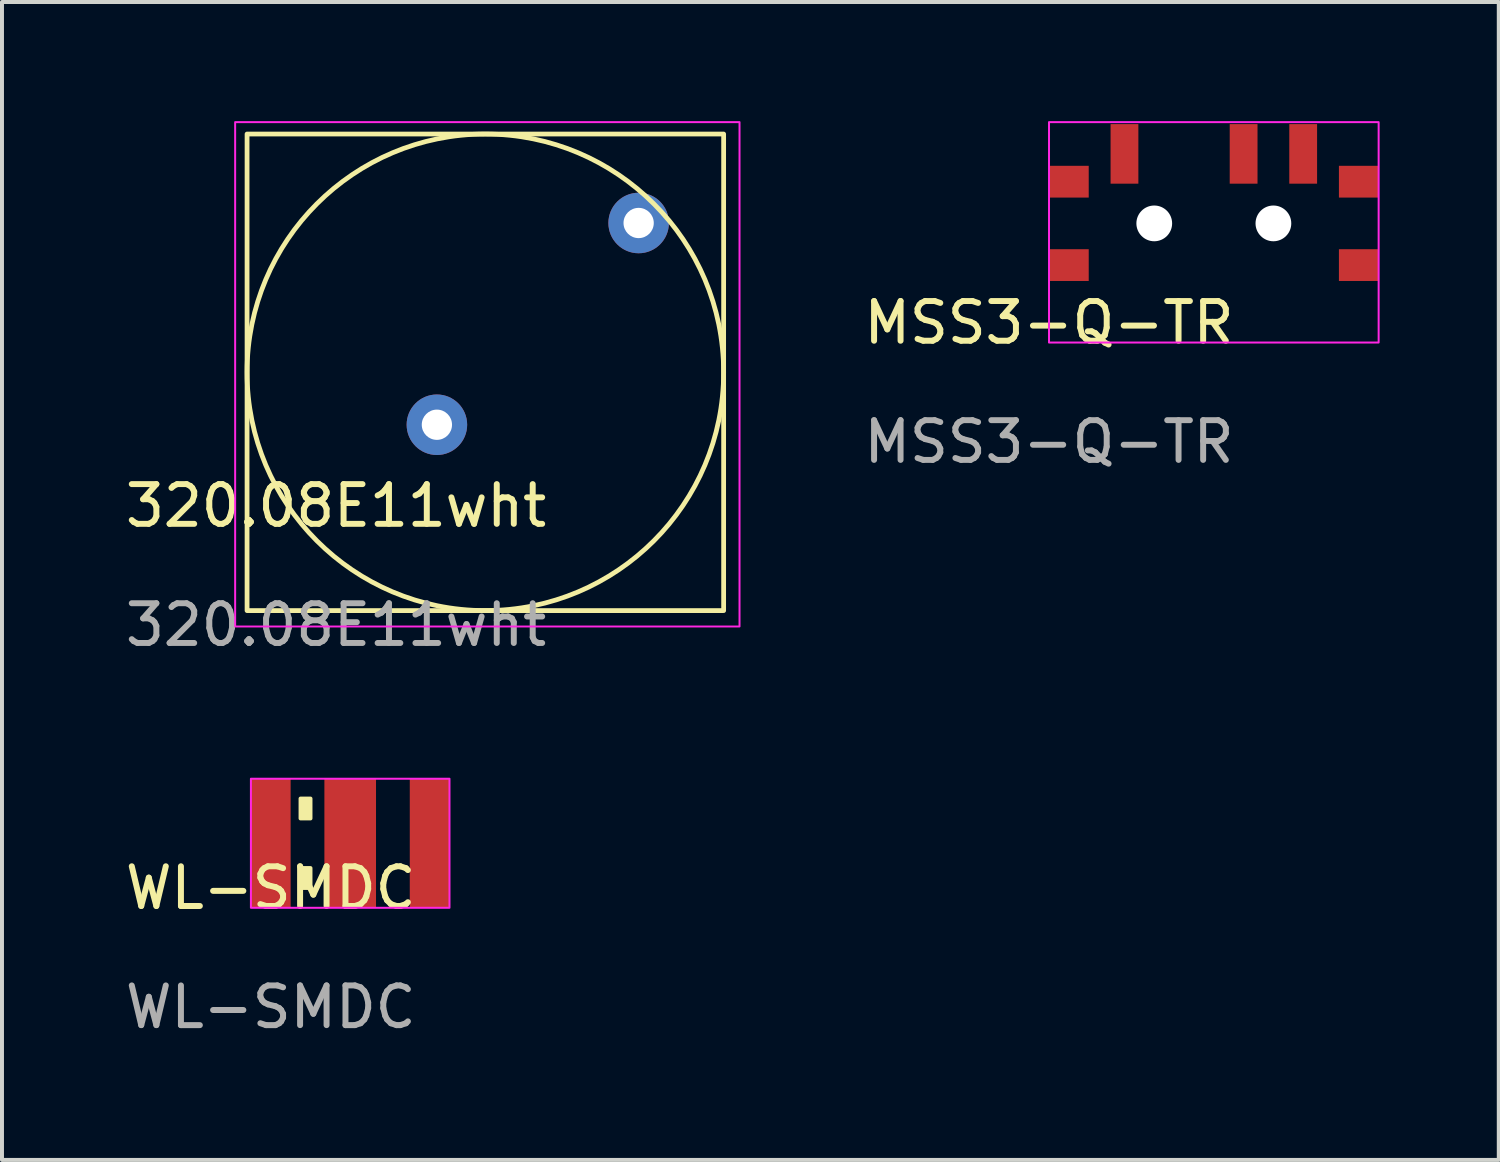
<source format=kicad_pcb>
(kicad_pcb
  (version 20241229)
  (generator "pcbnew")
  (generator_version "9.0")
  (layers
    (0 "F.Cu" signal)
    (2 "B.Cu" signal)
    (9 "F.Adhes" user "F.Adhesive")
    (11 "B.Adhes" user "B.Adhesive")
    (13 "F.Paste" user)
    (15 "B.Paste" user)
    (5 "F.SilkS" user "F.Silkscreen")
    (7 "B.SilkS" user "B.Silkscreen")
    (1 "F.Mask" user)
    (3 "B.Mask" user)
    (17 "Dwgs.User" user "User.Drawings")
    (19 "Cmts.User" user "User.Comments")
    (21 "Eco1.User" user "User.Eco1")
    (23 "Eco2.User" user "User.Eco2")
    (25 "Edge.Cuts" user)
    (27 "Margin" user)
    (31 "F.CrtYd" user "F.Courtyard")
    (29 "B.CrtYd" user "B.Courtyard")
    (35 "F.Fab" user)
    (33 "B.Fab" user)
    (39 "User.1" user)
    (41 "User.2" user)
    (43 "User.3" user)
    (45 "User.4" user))
  (footprint "320.08E11wht"
    (layer "F.Cu")
    (at 2.871 12.725)
    (property "Reference" "320.08E11wht" (at 2.54 -3.04 0) (unlocked yes) (layer "F.SilkS") (effects (font (size 1 1) (thickness 0.15))))
    (attr through_hole)
    (fp_rect (start 0.3 -0.4) (end 12.3 -12.4) (stroke (width 0.12) (type solid)) (fill no) (layer "F.SilkS"))
    (fp_circle (center 6.3 -6.4) (end 12.3 -6.4) (stroke (width 0.12) (type solid)) (fill no) (layer "F.SilkS"))
    (fp_rect (start 0 0) (end 12.7 -12.7) (stroke (width 0.05) (type solid)) (fill no) (layer "F.CrtYd"))
    (fp_text user "${REFERENCE}" (at 2.54 -0.04 0) (unlocked yes) (layer "F.Fab") (effects (font (size 1 1) (thickness 0.15))))
    (pad "" np_thru_hole circle (at 2.54 -10.16) (size 0.001 0.001) (drill 1) (layers "*.Mask"))
    (pad "" np_thru_hole circle (at 7.62 -2.54) (size 0.001 0.001) (drill 1) (layers "*.Mask"))
    (pad "1" thru_hole circle (at 5.08 -5.08) (size 1.524 1.524) (drill 0.762) (layers "*.Cu" "*.Mask"))
    (pad "2" thru_hole circle (at 10.16 -10.16) (size 1.524 1.524) (drill 0.762) (layers "*.Cu" "*.Mask")))
  (footprint "WL-SMDC"
    (layer "F.Cu")
    (at 3.768 19.808)
    (property "Reference" "WL-SMDC" (at 0 -0.5 0) (unlocked yes) (layer "F.SilkS") (effects (font (size 1 1) (thickness 0.15))))
    (attr smd)
    (fp_rect (start 0.75 -2.75) (end 1 -2.25) (stroke (width 0.1) (type solid)) (fill yes) (layer "F.SilkS"))
    (fp_rect (start 0.75 -1) (end 1 -0.5) (stroke (width 0.1) (type solid)) (fill yes) (layer "F.SilkS"))
    (fp_rect (start -0.5 0) (end 4.5 -3.25) (stroke (width 0.05) (type solid)) (fill no) (layer "F.CrtYd"))
    (fp_text user "${REFERENCE}" (at 0 2.5 0) (unlocked yes) (layer "F.Fab") (effects (font (size 1 1) (thickness 0.15))))
    (pad "" smd rect (at 2 -1.625) (size 1.3 3.25) (layers "F.Cu" "F.Mask" "F.Paste"))
    (pad "1" smd rect (at 0 -1.625) (size 1 3.25) (layers "F.Cu" "F.Mask" "F.Paste"))
    (pad "2" smd rect (at 4 -1.625) (size 1 3.25) (layers "F.Cu" "F.Mask" "F.Paste")))
  (footprint "MSS3-Q-TR"
    (layer "F.Cu")
    (at 23.364 5.575)
    (property "Reference" "MSS3-Q-TR" (at 0 -0.5 0) (unlocked yes) (layer "F.SilkS") (effects (font (size 1 1) (thickness 0.15))))
    (fp_rect (start 0 0) (end 8.3 -5.55) (stroke (width 0.05) (type solid)) (fill no) (layer "F.CrtYd"))
    (fp_text user "${REFERENCE}" (at 0 2.5 0) (unlocked yes) (layer "F.Fab") (effects (font (size 1 1) (thickness 0.15))))
    (pad "" smd rect (at 0.5 -4.05) (size 1 0.8) (layers "F.Cu" "F.Mask" "F.Paste"))
    (pad "" smd rect (at 0.5 -1.95) (size 1 0.8) (layers "F.Cu" "F.Mask" "F.Paste"))
    (pad "" np_thru_hole circle (at 2.65 -3) (size 0.9 0.9) (drill 0.9) (layers "*.Cu"))
    (pad "" np_thru_hole circle (at 5.65 -3) (size 0.9 0.9) (drill 0.9) (layers "*.Cu"))
    (pad "" smd rect (at 7.8 -4.05) (size 1 0.8) (layers "F.Cu" "F.Mask" "F.Paste"))
    (pad "" smd rect (at 7.8 -1.95) (size 1 0.8) (layers "F.Cu" "F.Mask" "F.Paste"))
    (pad "1" smd rect (at 1.9 -4.75) (size 0.7 1.5) (layers "F.Cu" "F.Mask" "F.Paste"))
    (pad "2" smd rect (at 4.9 -4.75) (size 0.7 1.5) (layers "F.Cu" "F.Mask" "F.Paste"))
    (pad "3" smd rect (at 6.4 -4.75) (size 0.7 1.5) (layers "F.Cu" "F.Mask" "F.Paste")))
  (gr_rect
    (start -3 -3)
    (end 34.689 26.157)
    (stroke (width 0.1) (type default))
    (fill no)
    (layer "Edge.Cuts")))
</source>
